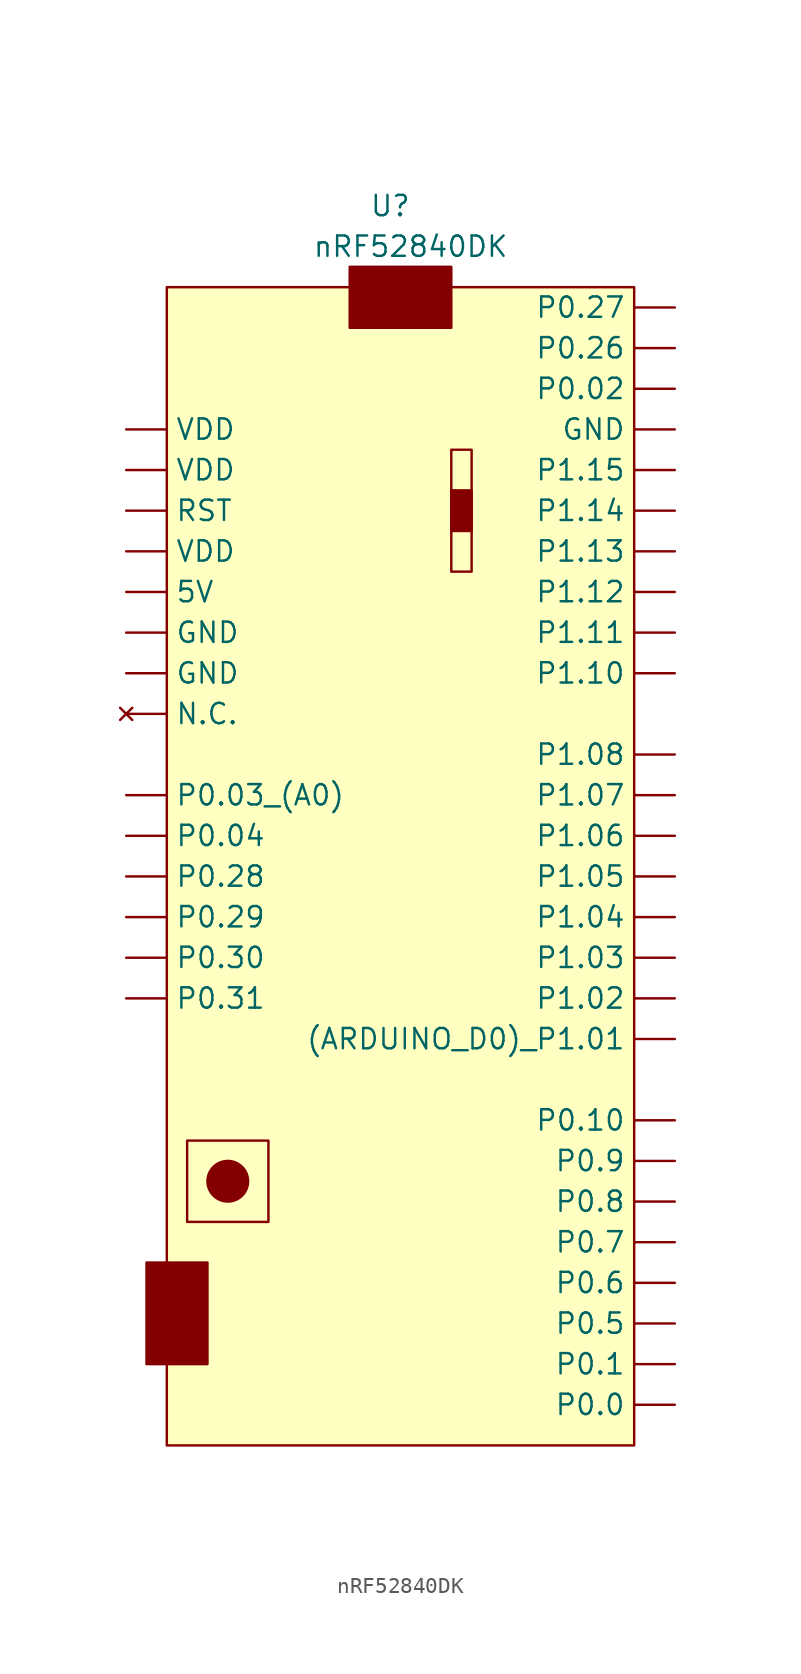
<source format=kicad_sym>
(kicad_symbol_lib
  (version 20211014)
  (generator kicad_symbol_editor)
  (symbol "nRF52840DK"
    (property "Reference" "U"
      (at 13.97 5.08 0)
      (effects (font (size 1.27 1.27))))
    (property "Value" "nRF52840DK"
      (at 15.24 2.54 0)
      (effects (font (size 1.27 1.27))))
    (symbol "nRF52840DK_0_1"
      (rectangle (start -1.27 -67.31) (end 2.54 -60.96) (stroke (width 0) (type default) (color 0 0 0 0)) (fill (type outline)))
      (rectangle (start 0 0) (end 29.21 -72.39) (stroke (width 0) (type default) (color 0 0 0 0)) (fill (type background)))
      (rectangle (start 1.27 -53.34) (end 6.35 -58.42) (stroke (width 0) (type default) (color 0 0 0 0)) (fill (type background)))
      (circle (center 3.81 -55.88) (radius 1.27) (stroke (width 0) (type default) (color 0 0 0 0)) (fill (type outline)))
      (rectangle (start 11.43 1.27) (end 17.78 -2.54) (stroke (width 0) (type default) (color 0 0 0 0)) (fill (type outline)))
      (rectangle (start 17.78 -12.7) (end 19.05 -15.24) (stroke (width 0) (type default) (color 0 0 0 0)) (fill (type outline)))
      (rectangle (start 17.78 -10.16) (end 19.05 -17.78) (stroke (width 0) (type default) (color 0 0 0 0)) (fill (type background))))
    (symbol "nRF52840DK_1_1"
      (pin bidirectional line (at 31.75 -46.99 180) (length 2.54) (name "(ARDUINO_D0)_P1.01" (effects (font (size 1.27 1.27)))) (number "" (effects (font (size 1.27 1.27)))))
      (pin power_in line (at -2.54 -19.05 0) (length 2.54) (name "5V" (effects (font (size 1.27 1.27)))) (number "" (effects (font (size 1.27 1.27)))))
      (pin power_in line (at -2.54 -24.13 0) (length 2.54) (name "GND" (effects (font (size 1.27 1.27)))) (number "" (effects (font (size 1.27 1.27)))))
      (pin power_in line (at -2.54 -21.59 0) (length 2.54) (name "GND" (effects (font (size 1.27 1.27)))) (number "" (effects (font (size 1.27 1.27)))))
      (pin power_in line (at 31.75 -8.89 180) (length 2.54) (name "GND" (effects (font (size 1.27 1.27)))) (number "" (effects (font (size 1.27 1.27)))))
      (pin no_connect line (at -2.54 -26.67 0) (length 2.54) (name "N.C." (effects (font (size 1.27 1.27)))) (number "" (effects (font (size 1.27 1.27)))))
      (pin bidirectional line (at 31.75 -69.85 180) (length 2.54) (name "P0.0" (effects (font (size 1.27 1.27)))) (number "" (effects (font (size 1.27 1.27)))))
      (pin bidirectional line (at 31.75 -6.35 180) (length 2.54) (name "P0.02" (effects (font (size 1.27 1.27)))) (number "" (effects (font (size 1.27 1.27)))))
      (pin bidirectional line (at -2.54 -31.75 0) (length 2.54) (name "P0.03_(A0)" (effects (font (size 1.27 1.27)))) (number "" (effects (font (size 1.27 1.27)))))
      (pin bidirectional line (at -2.54 -34.29 0) (length 2.54) (name "P0.04" (effects (font (size 1.27 1.27)))) (number "" (effects (font (size 1.27 1.27)))))
      (pin bidirectional line (at 31.75 -67.31 180) (length 2.54) (name "P0.1" (effects (font (size 1.27 1.27)))) (number "" (effects (font (size 1.27 1.27)))))
      (pin bidirectional line (at 31.75 -52.07 180) (length 2.54) (name "P0.10" (effects (font (size 1.27 1.27)))) (number "" (effects (font (size 1.27 1.27)))))
      (pin bidirectional line (at 31.75 -3.81 180) (length 2.54) (name "P0.26" (effects (font (size 1.27 1.27)))) (number "" (effects (font (size 1.27 1.27)))))
      (pin bidirectional line (at 31.75 -1.27 180) (length 2.54) (name "P0.27" (effects (font (size 1.27 1.27)))) (number "" (effects (font (size 1.27 1.27)))))
      (pin bidirectional line (at -2.54 -36.83 0) (length 2.54) (name "P0.28" (effects (font (size 1.27 1.27)))) (number "" (effects (font (size 1.27 1.27)))))
      (pin bidirectional line (at -2.54 -39.37 0) (length 2.54) (name "P0.29" (effects (font (size 1.27 1.27)))) (number "" (effects (font (size 1.27 1.27)))))
      (pin bidirectional line (at -2.54 -41.91 0) (length 2.54) (name "P0.30" (effects (font (size 1.27 1.27)))) (number "" (effects (font (size 1.27 1.27)))))
      (pin bidirectional line (at -2.54 -44.45 0) (length 2.54) (name "P0.31" (effects (font (size 1.27 1.27)))) (number "" (effects (font (size 1.27 1.27)))))
      (pin bidirectional line (at 31.75 -64.77 180) (length 2.54) (name "P0.5" (effects (font (size 1.27 1.27)))) (number "" (effects (font (size 1.27 1.27)))))
      (pin bidirectional line (at 31.75 -62.23 180) (length 2.54) (name "P0.6" (effects (font (size 1.27 1.27)))) (number "" (effects (font (size 1.27 1.27)))))
      (pin bidirectional line (at 31.75 -59.69 180) (length 2.54) (name "P0.7" (effects (font (size 1.27 1.27)))) (number "" (effects (font (size 1.27 1.27)))))
      (pin bidirectional line (at 31.75 -57.15 180) (length 2.54) (name "P0.8" (effects (font (size 1.27 1.27)))) (number "" (effects (font (size 1.27 1.27)))))
      (pin bidirectional line (at 31.75 -54.61 180) (length 2.54) (name "P0.9" (effects (font (size 1.27 1.27)))) (number "" (effects (font (size 1.27 1.27)))))
      (pin bidirectional line (at 31.75 -44.45 180) (length 2.54) (name "P1.02" (effects (font (size 1.27 1.27)))) (number "" (effects (font (size 1.27 1.27)))))
      (pin bidirectional line (at 31.75 -41.91 180) (length 2.54) (name "P1.03" (effects (font (size 1.27 1.27)))) (number "" (effects (font (size 1.27 1.27)))))
      (pin bidirectional line (at 31.75 -39.37 180) (length 2.54) (name "P1.04" (effects (font (size 1.27 1.27)))) (number "" (effects (font (size 1.27 1.27)))))
      (pin bidirectional line (at 31.75 -36.83 180) (length 2.54) (name "P1.05" (effects (font (size 1.27 1.27)))) (number "" (effects (font (size 1.27 1.27)))))
      (pin bidirectional line (at 31.75 -34.29 180) (length 2.54) (name "P1.06" (effects (font (size 1.27 1.27)))) (number "" (effects (font (size 1.27 1.27)))))
      (pin bidirectional line (at 31.75 -31.75 180) (length 2.54) (name "P1.07" (effects (font (size 1.27 1.27)))) (number "" (effects (font (size 1.27 1.27)))))
      (pin bidirectional line (at 31.75 -29.21 180) (length 2.54) (name "P1.08" (effects (font (size 1.27 1.27)))) (number "" (effects (font (size 1.27 1.27)))))
      (pin bidirectional line (at 31.75 -24.13 180) (length 2.54) (name "P1.10" (effects (font (size 1.27 1.27)))) (number "" (effects (font (size 1.27 1.27)))))
      (pin bidirectional line (at 31.75 -21.59 180) (length 2.54) (name "P1.11" (effects (font (size 1.27 1.27)))) (number "" (effects (font (size 1.27 1.27)))))
      (pin bidirectional line (at 31.75 -19.05 180) (length 2.54) (name "P1.12" (effects (font (size 1.27 1.27)))) (number "" (effects (font (size 1.27 1.27)))))
      (pin bidirectional line (at 31.75 -16.51 180) (length 2.54) (name "P1.13" (effects (font (size 1.27 1.27)))) (number "" (effects (font (size 1.27 1.27)))))
      (pin bidirectional line (at 31.75 -13.97 180) (length 2.54) (name "P1.14" (effects (font (size 1.27 1.27)))) (number "" (effects (font (size 1.27 1.27)))))
      (pin bidirectional line (at 31.75 -11.43 180) (length 2.54) (name "P1.15" (effects (font (size 1.27 1.27)))) (number "" (effects (font (size 1.27 1.27)))))
      (pin input line (at -2.54 -13.97 0) (length 2.54) (name "RST" (effects (font (size 1.27 1.27)))) (number "" (effects (font (size 1.27 1.27)))))
      (pin power_in line (at -2.54 -16.51 0) (length 2.54) (name "VDD" (effects (font (size 1.27 1.27)))) (number "" (effects (font (size 1.27 1.27)))))
      (pin power_in line (at -2.54 -11.43 0) (length 2.54) (name "VDD" (effects (font (size 1.27 1.27)))) (number "" (effects (font (size 1.27 1.27)))))
      (pin power_in line (at -2.54 -8.89 0) (length 2.54) (name "VDD" (effects (font (size 1.27 1.27)))) (number "" (effects (font (size 1.27 1.27))))))))
</source>
